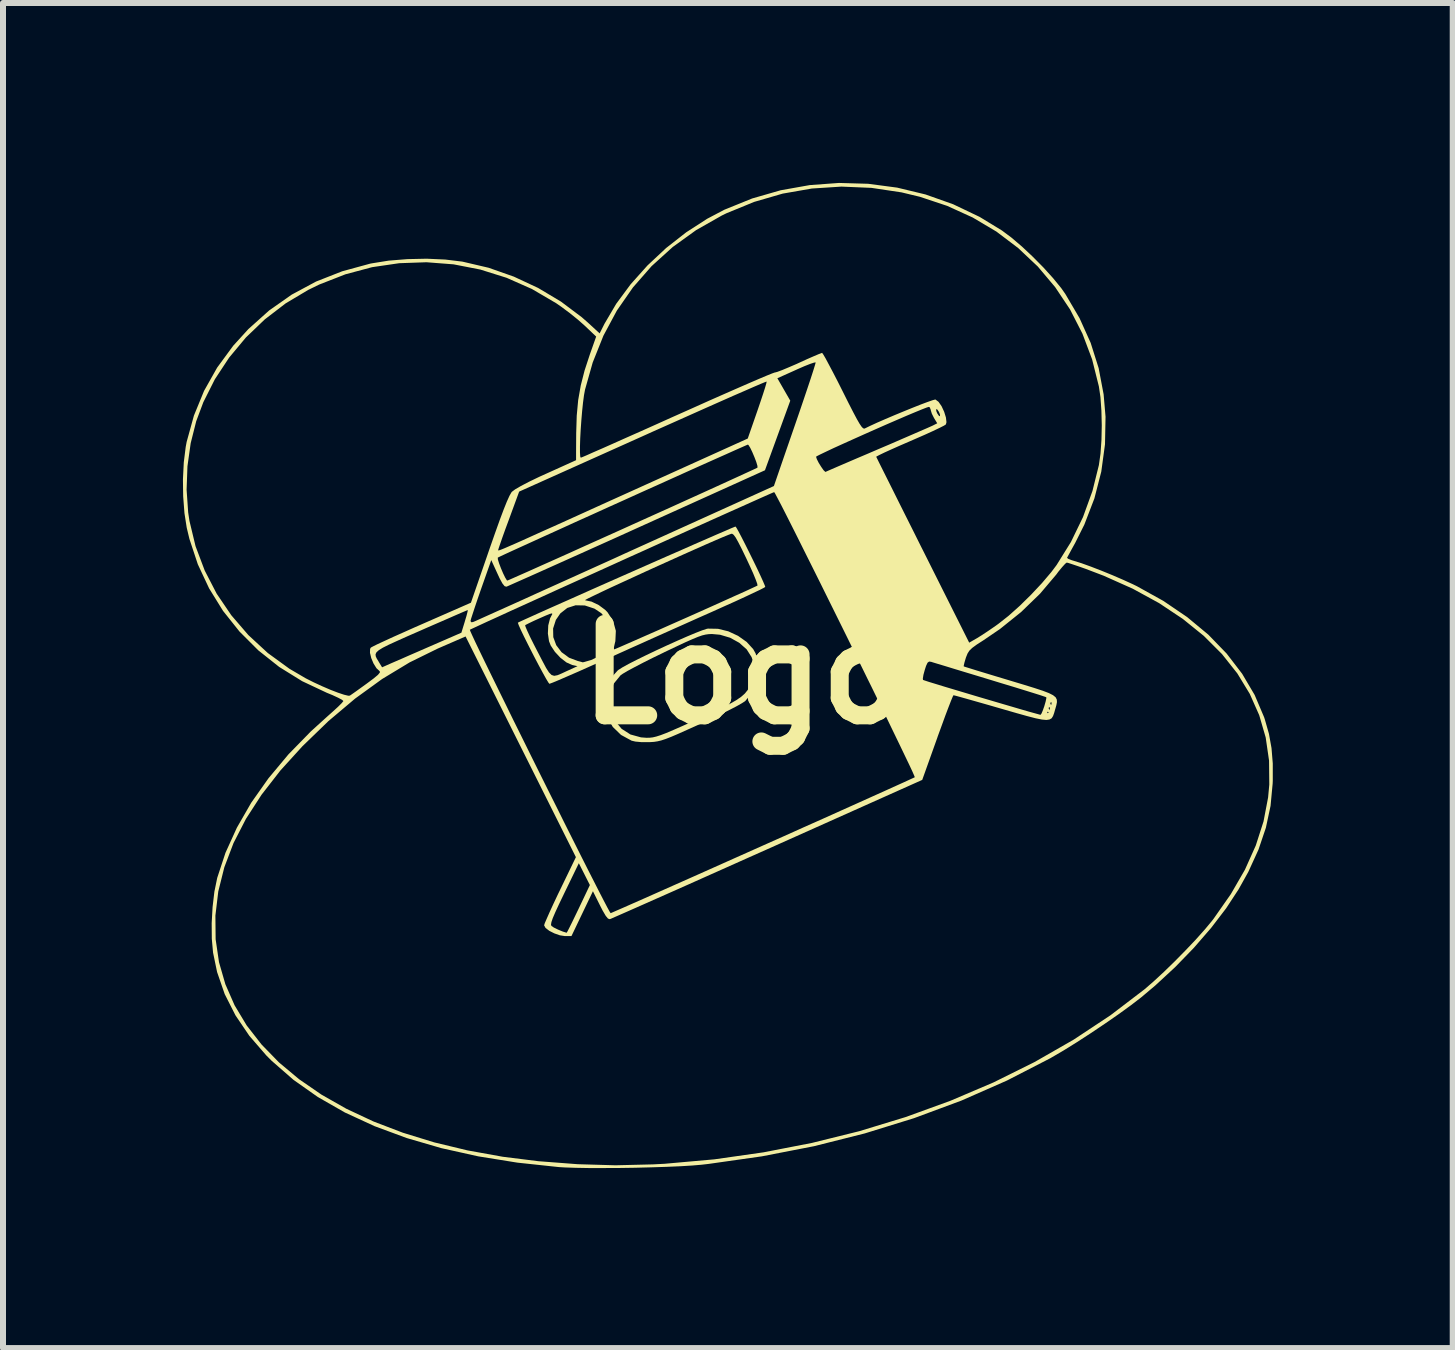
<source format=kicad_pcb>
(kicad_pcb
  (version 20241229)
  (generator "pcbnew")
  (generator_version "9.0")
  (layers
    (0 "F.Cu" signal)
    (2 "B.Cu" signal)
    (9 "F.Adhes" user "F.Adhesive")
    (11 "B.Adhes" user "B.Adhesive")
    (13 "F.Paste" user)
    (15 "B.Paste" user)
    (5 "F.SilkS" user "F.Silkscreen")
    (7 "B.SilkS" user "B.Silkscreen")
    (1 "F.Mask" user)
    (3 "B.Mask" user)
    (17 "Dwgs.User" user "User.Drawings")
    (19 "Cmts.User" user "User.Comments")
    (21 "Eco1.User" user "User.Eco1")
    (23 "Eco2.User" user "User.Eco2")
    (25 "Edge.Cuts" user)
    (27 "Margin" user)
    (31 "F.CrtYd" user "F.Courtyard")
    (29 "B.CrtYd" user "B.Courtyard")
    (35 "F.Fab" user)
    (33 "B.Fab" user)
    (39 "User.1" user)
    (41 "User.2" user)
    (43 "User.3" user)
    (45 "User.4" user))
  (footprint "Logo"
    (layer "F.Cu")
    (at 9.353 8.186)
    (property "Reference" "Logo" (at 0 0 0) (layer "F.SilkS") (effects (font (size 1.524 1.524) (thickness 0.3))))
    (attr board_only exclude_from_pos_files exclude_from_bom)
    (fp_poly (pts (xy -0.433 -0.753) (xy -0.261 -0.711) (xy -0.098 -0.635) (xy 0.045 -0.534) (xy 0.154 -0.414) (xy 0.194 -0.343) (xy 0.24 -0.182) (xy 0.242 -0.008) (xy 0.205 0.165) (xy 0.131 0.322) (xy 0.024 0.448) (xy 0.015 0.456) (xy -0.038 0.49) (xy -0.132 0.543) (xy -0.26 0.609) (xy -0.415 0.685) (xy -0.587 0.767) (xy -0.733 0.835) (xy -0.931 0.924) (xy -1.087 0.994) (xy -1.208 1.046) (xy -1.303 1.083) (xy -1.378 1.108) (xy -1.441 1.123) (xy -1.5 1.132) (xy -1.562 1.136) (xy -1.584 1.137) (xy -1.706 1.137) (xy -1.811 1.127) (xy -1.874 1.112) (xy -2.05 1.016) (xy -2.187 0.883) (xy -2.283 0.716) (xy -2.321 0.588) (xy -2.328 0.489) (xy -2.25 0.489) (xy -2.229 0.609) (xy -2.153 0.78) (xy -2.039 0.915) (xy -1.892 1.009) (xy -1.717 1.057) (xy -1.625 1.064) (xy -1.572 1.063) (xy -1.52 1.057) (xy -1.461 1.043) (xy -1.389 1.02) (xy -1.297 0.985) (xy -1.177 0.934) (xy -1.022 0.866) (xy -0.826 0.778) (xy -0.792 0.763) (xy -0.565 0.66) (xy -0.383 0.574) (xy -0.24 0.501) (xy -0.13 0.438) (xy -0.047 0.381) (xy 0.015 0.326) (xy 0.061 0.269) (xy 0.098 0.206) (xy 0.112 0.178) (xy 0.151 0.045) (xy 0.161 -0.103) (xy 0.141 -0.24) (xy 0.127 -0.281) (xy 0.045 -0.41) (xy -0.079 -0.52) (xy -0.231 -0.604) (xy -0.399 -0.654) (xy -0.533 -0.666) (xy -0.586 -0.664) (xy -0.638 -0.657) (xy -0.697 -0.643) (xy -0.768 -0.618) (xy -0.86 -0.58) (xy -0.98 -0.527) (xy -1.133 -0.455) (xy -1.329 -0.362) (xy -1.338 -0.357) (xy -1.516 -0.271) (xy -1.681 -0.188) (xy -1.825 -0.113) (xy -1.942 -0.05) (xy -2.023 -0.002) (xy -2.058 0.023) (xy -2.172 0.163) (xy -2.237 0.321) (xy -2.25 0.489) (xy -2.328 0.489) (xy -2.334 0.406) (xy -2.3 0.231) (xy -2.223 0.073) (xy -2.108 -0.055) (xy -2.092 -0.068) (xy -2.028 -0.109) (xy -1.925 -0.166) (xy -1.79 -0.235) (xy -1.633 -0.312) (xy -1.463 -0.393) (xy -1.286 -0.475) (xy -1.113 -0.553) (xy -0.951 -0.624) (xy -0.808 -0.684) (xy -0.695 -0.728) (xy -0.618 -0.753) (xy -0.599 -0.756)) (stroke (width 0) (type solid)) (fill yes) (layer "F.SilkS"))
    (fp_poly (pts (xy -0.124 -2.435) (xy -0.088 -2.371) (xy -0.038 -2.276) (xy 0.022 -2.158) (xy 0.088 -2.026) (xy 0.155 -1.89) (xy 0.219 -1.758) (xy 0.275 -1.639) (xy 0.319 -1.542) (xy 0.347 -1.476) (xy 0.355 -1.451) (xy 0.331 -1.436) (xy 0.263 -1.401) (xy 0.155 -1.35) (xy 0.015 -1.284) (xy -0.152 -1.207) (xy -0.342 -1.122) (xy -0.526 -1.039) (xy -0.763 -0.934) (xy -1.013 -0.822) (xy -1.264 -0.71) (xy -1.504 -0.603) (xy -1.721 -0.505) (xy -1.905 -0.423) (xy -1.966 -0.395) (xy -2.267 -0.26) (xy -2.532 -0.142) (xy -2.758 -0.041) (xy -2.944 0.04) (xy -3.087 0.102) (xy -3.186 0.143) (xy -3.237 0.162) (xy -3.244 0.164) (xy -3.262 0.141) (xy -3.301 0.076) (xy -3.356 -0.023) (xy -3.424 -0.149) (xy -3.501 -0.296) (xy -3.523 -0.339) (xy -3.6 -0.49) (xy -3.667 -0.624) (xy -3.72 -0.734) (xy -3.755 -0.813) (xy -3.648 -0.813) (xy -3.641 -0.785) (xy -3.612 -0.717) (xy -3.565 -0.616) (xy -3.503 -0.492) (xy -3.44 -0.37) (xy -3.359 -0.214) (xy -3.299 -0.101) (xy -3.251 -0.026) (xy -3.208 0.017) (xy -3.164 0.031) (xy -3.11 0.021) (xy -3.04 -0.008) (xy -2.946 -0.052) (xy -2.943 -0.053) (xy -2.775 -0.13) (xy -2.865 -0.15) (xy -2.959 -0.192) (xy -3.06 -0.27) (xy -3.152 -0.369) (xy -3.222 -0.475) (xy -3.25 -0.546) (xy -3.269 -0.675) (xy -3.265 -0.758) (xy -3.182 -0.758) (xy -3.179 -0.614) (xy -3.13 -0.48) (xy -3.041 -0.363) (xy -2.916 -0.271) (xy -2.772 -0.217) (xy -2.715 -0.202) (xy -2.688 -0.194) (xy -2.688 -0.194) (xy -2.664 -0.199) (xy -2.602 -0.217) (xy -2.547 -0.233) (xy -2.411 -0.297) (xy -2.311 -0.394) (xy -2.248 -0.512) (xy -2.223 -0.643) (xy -2.235 -0.777) (xy -2.287 -0.903) (xy -2.378 -1.013) (xy -2.492 -1.089) (xy -2.653 -1.142) (xy -2.807 -1.145) (xy -2.945 -1.101) (xy -3.061 -1.01) (xy -3.136 -0.901) (xy -3.182 -0.758) (xy -3.265 -0.758) (xy -3.263 -0.809) (xy -3.233 -0.926) (xy -3.209 -0.973) (xy -3.195 -1) (xy -3.201 -1.01) (xy -3.235 -1.002) (xy -3.306 -0.973) (xy -3.401 -0.931) (xy -3.504 -0.885) (xy -3.587 -0.845) (xy -3.638 -0.819) (xy -3.648 -0.813) (xy -3.755 -0.813) (xy -3.755 -0.813) (xy -3.769 -0.852) (xy -3.769 -0.855) (xy -3.742 -0.869) (xy -3.67 -0.902) (xy -3.557 -0.953) (xy -3.409 -1.02) (xy -3.23 -1.1) (xy -3.025 -1.191) (xy -2.939 -1.229) (xy -2.649 -1.229) (xy -2.541 -1.206) (xy -2.422 -1.149) (xy -2.314 -1.069) (xy -2.275 -1.029) (xy -2.181 -0.883) (xy -2.136 -0.719) (xy -2.144 -0.547) (xy -2.156 -0.498) (xy -2.169 -0.439) (xy -2.167 -0.41) (xy -2.165 -0.41) (xy -2.138 -0.42) (xy -2.065 -0.451) (xy -1.953 -0.5) (xy -1.805 -0.565) (xy -1.628 -0.643) (xy -1.425 -0.732) (xy -1.203 -0.831) (xy -0.972 -0.933) (xy -0.734 -1.039) (xy -0.511 -1.139) (xy -0.309 -1.23) (xy -0.132 -1.31) (xy 0.016 -1.376) (xy 0.128 -1.428) (xy 0.199 -1.461) (xy 0.226 -1.474) (xy 0.221 -1.504) (xy 0.196 -1.573) (xy 0.154 -1.676) (xy 0.097 -1.802) (xy 0.041 -1.922) (xy -0.036 -2.082) (xy -0.095 -2.197) (xy -0.138 -2.274) (xy -0.171 -2.319) (xy -0.196 -2.337) (xy -0.212 -2.337) (xy -0.267 -2.316) (xy -0.362 -2.277) (xy -0.49 -2.222) (xy -0.646 -2.154) (xy -0.824 -2.075) (xy -1.019 -1.988) (xy -1.225 -1.895) (xy -1.436 -1.8) (xy -1.647 -1.704) (xy -1.851 -1.61) (xy -2.045 -1.521) (xy -2.221 -1.44) (xy -2.374 -1.368) (xy -2.499 -1.308) (xy -2.59 -1.264) (xy -2.641 -1.237) (xy -2.649 -1.229) (xy -2.939 -1.229) (xy -2.8 -1.291) (xy -2.558 -1.399) (xy -2.305 -1.511) (xy -2.045 -1.626) (xy -1.784 -1.741) (xy -1.526 -1.855) (xy -1.276 -1.965) (xy -1.038 -2.069) (xy -0.819 -2.166) (xy -0.621 -2.252) (xy -0.452 -2.326) (xy -0.314 -2.385) (xy -0.213 -2.429) (xy -0.154 -2.453) (xy -0.141 -2.458)) (stroke (width 0) (type solid)) (fill yes) (layer "F.SilkS"))
    (fp_poly (pts (xy 2.071 -8.172) (xy 2.554 -8.108) (xy 3.027 -7.994) (xy 3.487 -7.831) (xy 3.929 -7.62) (xy 4.301 -7.393) (xy 4.459 -7.275) (xy 4.635 -7.125) (xy 4.816 -6.955) (xy 4.993 -6.776) (xy 5.154 -6.598) (xy 5.289 -6.433) (xy 5.357 -6.336) (xy 5.595 -5.931) (xy 5.78 -5.52) (xy 5.913 -5.099) (xy 5.996 -4.662) (xy 6.028 -4.288) (xy 6.019 -3.829) (xy 5.957 -3.373) (xy 5.842 -2.926) (xy 5.675 -2.491) (xy 5.522 -2.185) (xy 5.466 -2.084) (xy 5.421 -2.001) (xy 5.393 -1.949) (xy 5.386 -1.936) (xy 5.405 -1.92) (xy 5.463 -1.897) (xy 5.509 -1.883) (xy 5.628 -1.846) (xy 5.783 -1.79) (xy 5.959 -1.722) (xy 6.143 -1.647) (xy 6.321 -1.57) (xy 6.479 -1.498) (xy 6.551 -1.463) (xy 6.992 -1.218) (xy 7.389 -0.948) (xy 7.742 -0.655) (xy 8.047 -0.34) (xy 8.305 -0.004) (xy 8.514 0.35) (xy 8.672 0.722) (xy 8.684 0.759) (xy 8.752 0.997) (xy 8.795 1.236) (xy 8.816 1.492) (xy 8.816 1.78) (xy 8.814 1.827) (xy 8.779 2.199) (xy 8.701 2.564) (xy 8.578 2.928) (xy 8.408 3.3) (xy 8.247 3.589) (xy 8.039 3.906) (xy 7.788 4.234) (xy 7.502 4.564) (xy 7.19 4.886) (xy 6.859 5.192) (xy 6.623 5.391) (xy 6.454 5.521) (xy 6.249 5.67) (xy 6.021 5.828) (xy 5.783 5.988) (xy 5.547 6.141) (xy 5.325 6.279) (xy 5.13 6.393) (xy 5.108 6.406) (xy 4.385 6.778) (xy 3.626 7.112) (xy 2.834 7.406) (xy 2.013 7.66) (xy 1.167 7.873) (xy 0.298 8.042) (xy -0.588 8.168) (xy -0.71 8.182) (xy -0.864 8.195) (xy -1.061 8.207) (xy -1.291 8.217) (xy -1.544 8.225) (xy -1.811 8.232) (xy -2.08 8.236) (xy -2.342 8.237) (xy -2.587 8.237) (xy -2.805 8.233) (xy -2.986 8.227) (xy -3.086 8.221) (xy -3.777 8.147) (xy -4.43 8.042) (xy -5.046 7.905) (xy -5.622 7.737) (xy -6.158 7.539) (xy -6.653 7.311) (xy -7.104 7.053) (xy -7.511 6.766) (xy -7.873 6.45) (xy -7.963 6.36) (xy -8.246 6.033) (xy -8.477 5.692) (xy -8.657 5.337) (xy -8.784 4.969) (xy -8.851 4.646) (xy -8.872 4.415) (xy -8.874 4.155) (xy -8.867 4.028) (xy -8.812 4.028) (xy -8.808 4.423) (xy -8.752 4.805) (xy -8.646 5.172) (xy -8.492 5.524) (xy -8.29 5.86) (xy -8.042 6.178) (xy -7.751 6.477) (xy -7.417 6.756) (xy -7.042 7.014) (xy -6.628 7.249) (xy -6.176 7.461) (xy -5.687 7.648) (xy -5.164 7.809) (xy -4.608 7.943) (xy -4.02 8.049) (xy -3.427 8.123) (xy -2.772 8.173) (xy -2.142 8.191) (xy -1.517 8.176) (xy -1.325 8.166) (xy -0.494 8.092) (xy 0.326 7.975) (xy 1.134 7.818) (xy 1.925 7.622) (xy 2.695 7.387) (xy 3.441 7.116) (xy 4.159 6.81) (xy 4.846 6.469) (xy 5.497 6.096) (xy 6.109 5.691) (xy 6.678 5.257) (xy 6.678 5.257) (xy 6.829 5.126) (xy 7 4.968) (xy 7.18 4.793) (xy 7.36 4.61) (xy 7.531 4.43) (xy 7.681 4.262) (xy 7.802 4.117) (xy 7.828 4.083) (xy 8.117 3.67) (xy 8.352 3.263) (xy 8.533 2.859) (xy 8.662 2.458) (xy 8.738 2.059) (xy 8.758 1.844) (xy 8.754 1.445) (xy 8.698 1.059) (xy 8.59 0.687) (xy 8.432 0.331) (xy 8.225 -0.009) (xy 7.969 -0.332) (xy 7.666 -0.635) (xy 7.316 -0.918) (xy 6.921 -1.181) (xy 6.482 -1.421) (xy 5.999 -1.637) (xy 5.7 -1.751) (xy 5.581 -1.793) (xy 5.48 -1.827) (xy 5.41 -1.85) (xy 5.381 -1.857) (xy 5.355 -1.837) (xy 5.305 -1.782) (xy 5.24 -1.703) (xy 5.207 -1.658) (xy 4.936 -1.338) (xy 4.621 -1.033) (xy 4.269 -0.75) (xy 3.993 -0.562) (xy 3.881 -0.49) (xy 3.806 -0.435) (xy 3.759 -0.39) (xy 3.728 -0.342) (xy 3.704 -0.283) (xy 3.699 -0.269) (xy 3.676 -0.191) (xy 3.664 -0.139) (xy 3.664 -0.126) (xy 3.691 -0.117) (xy 3.765 -0.094) (xy 3.877 -0.059) (xy 4.022 -0.015) (xy 4.193 0.037) (xy 4.383 0.094) (xy 4.432 0.109) (xy 4.661 0.178) (xy 4.842 0.234) (xy 4.982 0.28) (xy 5.084 0.319) (xy 5.153 0.354) (xy 5.196 0.389) (xy 5.215 0.426) (xy 5.218 0.469) (xy 5.208 0.521) (xy 5.19 0.585) (xy 5.189 0.587) (xy 5.171 0.651) (xy 5.153 0.701) (xy 5.13 0.738) (xy 5.094 0.759) (xy 5.042 0.767) (xy 4.967 0.76) (xy 4.863 0.739) (xy 4.724 0.703) (xy 4.545 0.653) (xy 4.32 0.588) (xy 4.282 0.577) (xy 4.085 0.52) (xy 3.906 0.469) (xy 3.751 0.425) (xy 3.627 0.39) (xy 3.54 0.366) (xy 3.496 0.355) (xy 3.493 0.354) (xy 3.48 0.379) (xy 3.451 0.449) (xy 3.409 0.557) (xy 3.356 0.697) (xy 3.296 0.862) (xy 3.229 1.045) (xy 3.224 1.061) (xy 2.972 1.766) (xy 0.389 2.922) (xy 0.034 3.08) (xy -0.308 3.233) (xy -0.633 3.378) (xy -0.937 3.514) (xy -1.218 3.639) (xy -1.471 3.751) (xy -1.694 3.85) (xy -1.884 3.934) (xy -2.036 4.001) (xy -2.148 4.05) (xy -2.216 4.08) (xy -2.237 4.088) (xy -2.267 4.078) (xy -2.305 4.032) (xy -2.357 3.943) (xy -2.399 3.861) (xy -2.518 3.622) (xy -2.697 3.996) (xy -2.876 4.37) (xy -2.986 4.37) (xy -3.069 4.357) (xy -3.161 4.325) (xy -3.246 4.282) (xy -3.308 4.234) (xy -3.332 4.191) (xy -3.332 4.191) (xy -3.328 4.178) (xy -3.217 4.178) (xy -3.21 4.2) (xy -3.21 4.201) (xy -3.169 4.228) (xy -3.099 4.262) (xy -3.022 4.294) (xy -2.961 4.313) (xy -2.956 4.314) (xy -2.942 4.291) (xy -2.909 4.227) (xy -2.861 4.13) (xy -2.802 4.008) (xy -2.758 3.917) (xy -2.569 3.519) (xy -2.661 3.337) (xy -2.753 3.155) (xy -2.998 3.66) (xy -3.083 3.837) (xy -3.145 3.971) (xy -3.187 4.069) (xy -3.21 4.136) (xy -3.217 4.178) (xy -3.328 4.178) (xy -3.321 4.155) (xy -3.288 4.079) (xy -3.239 3.968) (xy -3.176 3.831) (xy -3.103 3.676) (xy -3.067 3.602) (xy -2.802 3.054) (xy -3.722 1.214) (xy -4.641 -0.625) (xy -5.106 -0.423) (xy -5.574 -0.193) (xy -6.032 0.084) (xy -6.482 0.41) (xy -6.928 0.786) (xy -7.361 1.205) (xy -7.729 1.61) (xy -8.043 2.014) (xy -8.303 2.416) (xy -8.51 2.819) (xy -8.663 3.222) (xy -8.764 3.626) (xy -8.812 4.028) (xy -8.867 4.028) (xy -8.859 3.886) (xy -8.829 3.63) (xy -8.783 3.406) (xy -8.782 3.4) (xy -8.644 2.981) (xy -8.454 2.563) (xy -8.215 2.147) (xy -7.927 1.739) (xy -7.594 1.34) (xy -7.218 0.955) (xy -6.951 0.713) (xy -6.85 0.623) (xy -6.765 0.545) (xy -6.706 0.486) (xy -6.679 0.453) (xy -6.678 0.451) (xy -6.702 0.43) (xy -6.766 0.396) (xy -6.861 0.352) (xy -6.954 0.314) (xy -7.366 0.12) (xy -7.748 -0.117) (xy -8.097 -0.394) (xy -8.41 -0.707) (xy -8.685 -1.052) (xy -8.917 -1.427) (xy -9.105 -1.828) (xy -9.245 -2.251) (xy -9.29 -2.438) (xy -9.328 -2.682) (xy -9.349 -2.958) (xy -9.351 -3.072) (xy -9.292 -3.072) (xy -9.266 -2.694) (xy -9.245 -2.554) (xy -9.143 -2.13) (xy -8.99 -1.724) (xy -8.791 -1.339) (xy -8.547 -0.979) (xy -8.262 -0.648) (xy -7.938 -0.349) (xy -7.578 -0.087) (xy -7.305 0.073) (xy -7.172 0.14) (xy -7.031 0.205) (xy -6.894 0.264) (xy -6.769 0.312) (xy -6.667 0.346) (xy -6.596 0.363) (xy -6.57 0.361) (xy -6.538 0.339) (xy -6.471 0.292) (xy -6.381 0.227) (xy -6.288 0.16) (xy -6.174 0.075) (xy -6.102 0.015) (xy -6.07 -0.024) (xy -6.072 -0.045) (xy -6.073 -0.046) (xy -6.127 -0.096) (xy -6.176 -0.175) (xy -6.214 -0.265) (xy -6.229 -0.329) (xy -6.142 -0.329) (xy -6.139 -0.295) (xy -6.122 -0.257) (xy -6.094 -0.212) (xy -6.087 -0.199) (xy -6.033 -0.111) (xy -5.891 -0.174) (xy -5.822 -0.204) (xy -5.713 -0.251) (xy -5.575 -0.312) (xy -5.418 -0.38) (xy -5.251 -0.453) (xy -5.23 -0.462) (xy -4.711 -0.688) (xy -4.696 -0.737) (xy -4.57 -0.737) (xy -4.561 -0.711) (xy -4.529 -0.64) (xy -4.477 -0.528) (xy -4.406 -0.38) (xy -4.319 -0.2) (xy -4.217 0.009) (xy -4.103 0.242) (xy -3.978 0.496) (xy -3.846 0.766) (xy -3.706 1.048) (xy -3.563 1.338) (xy -3.417 1.632) (xy -3.271 1.926) (xy -3.126 2.215) (xy -2.986 2.497) (xy -2.851 2.766) (xy -2.724 3.019) (xy -2.607 3.251) (xy -2.501 3.459) (xy -2.41 3.638) (xy -2.334 3.785) (xy -2.277 3.894) (xy -2.239 3.963) (xy -2.223 3.988) (xy -2.223 3.988) (xy -2.197 3.977) (xy -2.124 3.945) (xy -2.007 3.894) (xy -1.851 3.825) (xy -1.658 3.74) (xy -1.433 3.64) (xy -1.177 3.526) (xy -0.895 3.401) (xy -0.59 3.265) (xy -0.266 3.12) (xy 0.075 2.968) (xy 0.31 2.863) (xy 0.66 2.707) (xy 0.996 2.556) (xy 1.315 2.414) (xy 1.613 2.28) (xy 1.887 2.157) (xy 2.133 2.046) (xy 2.349 1.949) (xy 2.53 1.867) (xy 2.674 1.802) (xy 2.776 1.755) (xy 2.835 1.728) (xy 2.848 1.721) (xy 2.838 1.695) (xy 2.807 1.624) (xy 2.755 1.513) (xy 2.684 1.365) (xy 2.597 1.184) (xy 2.496 0.975) (xy 2.383 0.741) (xy 2.259 0.487) (xy 2.127 0.216) (xy 2.058 0.077) (xy 2.982 0.077) (xy 2.985 0.099) (xy 3.013 0.109) (xy 3.086 0.133) (xy 3.198 0.167) (xy 3.341 0.211) (xy 3.508 0.261) (xy 3.692 0.316) (xy 3.885 0.374) (xy 4.082 0.432) (xy 4.275 0.489) (xy 4.456 0.542) (xy 4.619 0.59) (xy 4.757 0.63) (xy 4.862 0.659) (xy 4.927 0.677) (xy 4.945 0.681) (xy 4.961 0.658) (xy 4.968 0.642) (xy 5.053 0.642) (xy 5.066 0.655) (xy 5.08 0.642) (xy 5.066 0.628) (xy 5.053 0.642) (xy 4.968 0.642) (xy 4.986 0.598) (xy 4.994 0.574) (xy 5.08 0.574) (xy 5.09 0.596) (xy 5.098 0.592) (xy 5.101 0.559) (xy 5.098 0.555) (xy 5.082 0.559) (xy 5.08 0.574) (xy 4.994 0.574) (xy 5.006 0.541) (xy 5.02 0.492) (xy 5.107 0.492) (xy 5.117 0.514) (xy 5.126 0.51) (xy 5.129 0.477) (xy 5.126 0.473) (xy 5.109 0.477) (xy 5.107 0.492) (xy 5.02 0.492) (xy 5.029 0.461) (xy 5.041 0.404) (xy 5.04 0.388) (xy 5.012 0.378) (xy 4.938 0.353) (xy 4.823 0.317) (xy 4.675 0.271) (xy 4.497 0.216) (xy 4.298 0.156) (xy 4.105 0.097) (xy 3.888 0.031) (xy 3.686 -0.03) (xy 3.505 -0.085) (xy 3.352 -0.132) (xy 3.232 -0.168) (xy 3.153 -0.192) (xy 3.122 -0.202) (xy 3.087 -0.207) (xy 3.061 -0.188) (xy 3.036 -0.135) (xy 3.015 -0.07) (xy 2.992 0.014) (xy 2.982 0.077) (xy 2.058 0.077) (xy 1.988 -0.066) (xy 1.845 -0.357) (xy 1.7 -0.652) (xy 1.554 -0.947) (xy 1.41 -1.238) (xy 1.27 -1.521) (xy 1.135 -1.792) (xy 1.008 -2.046) (xy 0.891 -2.281) (xy 0.786 -2.49) (xy 0.694 -2.672) (xy 0.618 -2.821) (xy 0.559 -2.933) (xy 0.521 -3.005) (xy 0.504 -3.032) (xy 0.504 -3.032) (xy 0.477 -3.021) (xy 0.404 -2.989) (xy 0.289 -2.938) (xy 0.137 -2.87) (xy -0.048 -2.787) (xy -0.263 -2.691) (xy -0.504 -2.583) (xy -0.766 -2.465) (xy -1.045 -2.339) (xy -1.337 -2.207) (xy -1.639 -2.07) (xy -1.946 -1.932) (xy -2.254 -1.792) (xy -2.559 -1.654) (xy -2.857 -1.519) (xy -3.145 -1.389) (xy -3.417 -1.265) (xy -3.67 -1.15) (xy -3.9 -1.046) (xy -4.102 -0.953) (xy -4.274 -0.875) (xy -4.41 -0.812) (xy -4.507 -0.767) (xy -4.56 -0.742) (xy -4.57 -0.737) (xy -4.696 -0.737) (xy -4.653 -0.877) (xy -4.652 -0.882) (xy -4.56 -0.882) (xy -4.542 -0.861) (xy -4.514 -0.867) (xy -4.482 -0.88) (xy -4.405 -0.915) (xy -4.285 -0.969) (xy -4.125 -1.041) (xy -3.929 -1.129) (xy -3.7 -1.232) (xy -3.443 -1.349) (xy -3.159 -1.477) (xy -2.853 -1.615) (xy -2.528 -1.762) (xy -2.187 -1.916) (xy -1.984 -2.009) (xy 0.499 -3.133) (xy 0.667 -3.621) (xy 1.202 -3.621) (xy 1.215 -3.581) (xy 1.246 -3.52) (xy 1.287 -3.454) (xy 1.326 -3.398) (xy 1.355 -3.37) (xy 1.36 -3.369) (xy 1.389 -3.382) (xy 1.462 -3.414) (xy 1.573 -3.462) (xy 1.717 -3.524) (xy 1.887 -3.597) (xy 2.078 -3.678) (xy 2.226 -3.742) (xy 2.431 -3.829) (xy 2.622 -3.912) (xy 2.793 -3.986) (xy 2.938 -4.049) (xy 3.051 -4.098) (xy 3.123 -4.13) (xy 3.147 -4.141) (xy 3.222 -4.179) (xy 3.168 -4.268) (xy 3.132 -4.339) (xy 3.114 -4.398) (xy 3.114 -4.404) (xy 3.109 -4.416) (xy 3.205 -4.416) (xy 3.206 -4.384) (xy 3.223 -4.343) (xy 3.251 -4.303) (xy 3.268 -4.297) (xy 3.267 -4.328) (xy 3.25 -4.37) (xy 3.222 -4.41) (xy 3.205 -4.416) (xy 3.109 -4.416) (xy 3.098 -4.445) (xy 3.079 -4.452) (xy 3.044 -4.441) (xy 2.967 -4.411) (xy 2.855 -4.365) (xy 2.714 -4.306) (xy 2.552 -4.236) (xy 2.374 -4.159) (xy 2.188 -4.077) (xy 2.001 -3.994) (xy 1.818 -3.912) (xy 1.647 -3.835) (xy 1.495 -3.766) (xy 1.368 -3.706) (xy 1.272 -3.66) (xy 1.215 -3.631) (xy 1.202 -3.621) (xy 0.667 -3.621) (xy 0.851 -4.153) (xy 0.928 -4.377) (xy 0.999 -4.586) (xy 1.062 -4.773) (xy 1.115 -4.932) (xy 1.156 -5.059) (xy 1.183 -5.147) (xy 1.195 -5.19) (xy 1.195 -5.194) (xy 1.169 -5.191) (xy 1.103 -5.169) (xy 1.007 -5.131) (xy 0.89 -5.08) (xy 0.873 -5.072) (xy 0.557 -4.93) (xy 0.772 -4.556) (xy 0.561 -3.976) (xy 0.35 -3.396) (xy -1.784 -2.431) (xy -2.106 -2.285) (xy -2.415 -2.146) (xy -2.706 -2.015) (xy -2.976 -1.894) (xy -3.221 -1.784) (xy -3.437 -1.687) (xy -3.621 -1.605) (xy -3.77 -1.539) (xy -3.878 -1.491) (xy -3.943 -1.462) (xy -3.962 -1.455) (xy -3.991 -1.464) (xy -4.027 -1.509) (xy -4.074 -1.595) (xy -4.109 -1.671) (xy -4.213 -1.898) (xy -4.386 -1.407) (xy -4.44 -1.251) (xy -4.487 -1.112) (xy -4.524 -0.999) (xy -4.55 -0.919) (xy -4.559 -0.882) (xy -4.56 -0.882) (xy -4.652 -0.882) (xy -4.626 -0.968) (xy -4.609 -1.035) (xy -4.604 -1.065) (xy -4.605 -1.065) (xy -4.631 -1.055) (xy -4.702 -1.025) (xy -4.81 -0.978) (xy -4.949 -0.917) (xy -5.115 -0.845) (xy -5.299 -0.765) (xy -5.387 -0.726) (xy -5.609 -0.629) (xy -5.785 -0.55) (xy -5.921 -0.488) (xy -6.02 -0.438) (xy -6.087 -0.397) (xy -6.127 -0.361) (xy -6.142 -0.329) (xy -6.229 -0.329) (xy -6.235 -0.351) (xy -6.233 -0.418) (xy -6.22 -0.44) (xy -6.187 -0.458) (xy -6.111 -0.496) (xy -5.996 -0.549) (xy -5.851 -0.616) (xy -5.68 -0.692) (xy -5.49 -0.777) (xy -5.369 -0.83) (xy -4.552 -1.188) (xy -4.292 -1.94) (xy -4.104 -1.94) (xy -4.103 -1.91) (xy -4.083 -1.846) (xy -4.052 -1.764) (xy -4.016 -1.679) (xy -3.981 -1.607) (xy -3.954 -1.563) (xy -3.944 -1.557) (xy -3.918 -1.568) (xy -3.845 -1.6) (xy -3.73 -1.651) (xy -3.576 -1.719) (xy -3.387 -1.804) (xy -3.167 -1.902) (xy -2.919 -2.013) (xy -2.648 -2.136) (xy -2.356 -2.267) (xy -2.047 -2.406) (xy -1.862 -2.49) (xy -1.545 -2.633) (xy -1.243 -2.769) (xy -0.959 -2.898) (xy -0.696 -3.017) (xy -0.459 -3.125) (xy -0.251 -3.22) (xy -0.076 -3.3) (xy 0.063 -3.364) (xy 0.161 -3.409) (xy 0.216 -3.435) (xy 0.226 -3.441) (xy 0.224 -3.471) (xy 0.205 -3.535) (xy 0.174 -3.616) (xy 0.138 -3.701) (xy 0.103 -3.773) (xy 0.075 -3.817) (xy 0.066 -3.824) (xy 0.039 -3.813) (xy -0.034 -3.781) (xy -0.147 -3.731) (xy -0.296 -3.664) (xy -0.478 -3.583) (xy -0.686 -3.49) (xy -0.918 -3.386) (xy -1.168 -3.273) (xy -1.432 -3.154) (xy -1.706 -3.031) (xy -1.984 -2.905) (xy -2.264 -2.779) (xy -2.539 -2.654) (xy -2.806 -2.534) (xy -3.06 -2.418) (xy -3.296 -2.311) (xy -3.511 -2.213) (xy -3.7 -2.127) (xy -3.858 -2.055) (xy -3.98 -1.999) (xy -4.063 -1.96) (xy -4.102 -1.941) (xy -4.104 -1.94) (xy -4.292 -1.94) (xy -4.249 -2.065) (xy -4.097 -2.065) (xy -4.097 -2.061) (xy -4.094 -2.059) (xy -4.083 -2.061) (xy -4.062 -2.068) (xy -4.028 -2.081) (xy -3.978 -2.102) (xy -3.909 -2.132) (xy -3.817 -2.172) (xy -3.7 -2.224) (xy -3.554 -2.29) (xy -3.377 -2.37) (xy -3.164 -2.465) (xy -2.914 -2.578) (xy -2.623 -2.71) (xy -2.288 -2.862) (xy -1.969 -3.006) (xy 0.063 -3.925) (xy 0.226 -4.394) (xy 0.277 -4.544) (xy 0.321 -4.676) (xy 0.354 -4.78) (xy 0.374 -4.85) (xy 0.378 -4.875) (xy 0.352 -4.866) (xy 0.279 -4.836) (xy 0.165 -4.787) (xy 0.012 -4.72) (xy -0.177 -4.638) (xy -0.396 -4.541) (xy -0.644 -4.431) (xy -0.915 -4.31) (xy -1.206 -4.18) (xy -1.514 -4.043) (xy -1.691 -3.963) (xy -3.748 -3.04) (xy -3.922 -2.565) (xy -3.978 -2.414) (xy -4.026 -2.28) (xy -4.063 -2.173) (xy -4.088 -2.1) (xy -4.097 -2.07) (xy -4.097 -2.065) (xy -4.249 -2.065) (xy -4.246 -2.074) (xy -4.151 -2.345) (xy -4.072 -2.566) (xy -4.006 -2.742) (xy -3.953 -2.874) (xy -3.911 -2.967) (xy -3.879 -3.024) (xy -3.869 -3.037) (xy -3.816 -3.077) (xy -3.718 -3.134) (xy -3.582 -3.205) (xy -3.412 -3.287) (xy -3.299 -3.338) (xy -2.799 -3.564) (xy -2.799 -3.693) (xy -2.734 -3.693) (xy -2.73 -3.627) (xy -2.721 -3.605) (xy -2.693 -3.616) (xy -2.62 -3.647) (xy -2.506 -3.698) (xy -2.354 -3.764) (xy -2.17 -3.846) (xy -1.957 -3.941) (xy -1.72 -4.046) (xy -1.463 -4.161) (xy -1.19 -4.284) (xy -1.12 -4.315) (xy -0.842 -4.439) (xy -0.579 -4.557) (xy -0.334 -4.665) (xy -0.111 -4.763) (xy 0.084 -4.848) (xy 0.249 -4.919) (xy 0.377 -4.973) (xy 0.466 -5.009) (xy 0.51 -5.025) (xy 0.513 -5.025) (xy 0.555 -5.036) (xy 0.636 -5.066) (xy 0.746 -5.112) (xy 0.874 -5.167) (xy 0.922 -5.189) (xy 1.051 -5.248) (xy 1.163 -5.297) (xy 1.248 -5.333) (xy 1.296 -5.351) (xy 1.303 -5.353) (xy 1.32 -5.33) (xy 1.359 -5.264) (xy 1.414 -5.161) (xy 1.484 -5.029) (xy 1.564 -4.874) (xy 1.646 -4.711) (xy 1.744 -4.515) (xy 1.822 -4.363) (xy 1.882 -4.25) (xy 1.927 -4.172) (xy 1.961 -4.122) (xy 1.985 -4.097) (xy 2.004 -4.09) (xy 2.015 -4.093) (xy 2.101 -4.135) (xy 2.218 -4.189) (xy 2.356 -4.249) (xy 2.506 -4.313) (xy 2.661 -4.377) (xy 2.811 -4.438) (xy 2.947 -4.492) (xy 3.062 -4.535) (xy 3.145 -4.564) (xy 3.19 -4.576) (xy 3.193 -4.575) (xy 3.244 -4.537) (xy 3.295 -4.463) (xy 3.338 -4.37) (xy 3.367 -4.276) (xy 3.376 -4.197) (xy 3.366 -4.16) (xy 3.335 -4.14) (xy 3.262 -4.103) (xy 3.153 -4.051) (xy 3.017 -3.989) (xy 2.859 -3.92) (xy 2.772 -3.882) (xy 2.608 -3.811) (xy 2.464 -3.747) (xy 2.345 -3.693) (xy 2.258 -3.651) (xy 2.211 -3.626) (xy 2.205 -3.62) (xy 2.218 -3.594) (xy 2.253 -3.523) (xy 2.309 -3.411) (xy 2.383 -3.263) (xy 2.473 -3.083) (xy 2.577 -2.874) (xy 2.693 -2.642) (xy 2.819 -2.391) (xy 2.952 -2.124) (xy 2.983 -2.063) (xy 3.755 -0.522) (xy 3.887 -0.598) (xy 3.969 -0.649) (xy 4.076 -0.72) (xy 4.192 -0.8) (xy 4.242 -0.836) (xy 4.412 -0.97) (xy 4.599 -1.137) (xy 4.788 -1.323) (xy 4.968 -1.515) (xy 5.124 -1.699) (xy 5.212 -1.816) (xy 5.451 -2.2) (xy 5.652 -2.615) (xy 5.81 -3.051) (xy 5.917 -3.482) (xy 5.944 -3.674) (xy 5.96 -3.901) (xy 5.965 -4.146) (xy 5.959 -4.39) (xy 5.943 -4.616) (xy 5.917 -4.793) (xy 5.804 -5.245) (xy 5.643 -5.673) (xy 5.437 -6.076) (xy 5.188 -6.449) (xy 4.899 -6.792) (xy 4.571 -7.101) (xy 4.209 -7.375) (xy 3.813 -7.61) (xy 3.387 -7.804) (xy 2.934 -7.955) (xy 2.626 -8.029) (xy 2.125 -8.104) (xy 1.626 -8.125) (xy 1.132 -8.093) (xy 0.645 -8.008) (xy 0.17 -7.87) (xy -0.291 -7.681) (xy -0.369 -7.643) (xy -0.797 -7.4) (xy -1.188 -7.118) (xy -1.54 -6.799) (xy -1.85 -6.445) (xy -2.119 -6.058) (xy -2.343 -5.64) (xy -2.522 -5.192) (xy -2.65 -4.739) (xy -2.667 -4.647) (xy -2.683 -4.525) (xy -2.698 -4.382) (xy -2.711 -4.229) (xy -2.722 -4.074) (xy -2.73 -3.926) (xy -2.734 -3.796) (xy -2.734 -3.693) (xy -2.799 -3.693) (xy -2.797 -4.015) (xy -2.788 -4.307) (xy -2.764 -4.565) (xy -2.721 -4.81) (xy -2.657 -5.06) (xy -2.57 -5.325) (xy -2.464 -5.625) (xy -2.661 -5.812) (xy -2.77 -5.908) (xy -2.905 -6.017) (xy -3.046 -6.122) (xy -3.131 -6.181) (xy -3.535 -6.418) (xy -3.958 -6.605) (xy -4.395 -6.742) (xy -4.841 -6.829) (xy -5.293 -6.864) (xy -5.747 -6.848) (xy -6.199 -6.782) (xy -6.644 -6.663) (xy -7.079 -6.493) (xy -7.266 -6.402) (xy -7.641 -6.178) (xy -7.989 -5.911) (xy -8.304 -5.609) (xy -8.583 -5.274) (xy -8.821 -4.913) (xy -9.013 -4.531) (xy -9.132 -4.213) (xy -9.224 -3.847) (xy -9.278 -3.462) (xy -9.292 -3.072) (xy -9.351 -3.072) (xy -9.353 -3.246) (xy -9.339 -3.528) (xy -9.307 -3.785) (xy -9.291 -3.87) (xy -9.17 -4.308) (xy -9.001 -4.72) (xy -8.783 -5.107) (xy -8.516 -5.471) (xy -8.262 -5.75) (xy -7.916 -6.06) (xy -7.54 -6.324) (xy -7.134 -6.542) (xy -6.699 -6.713) (xy -6.234 -6.84) (xy -6.203 -6.846) (xy -5.922 -6.891) (xy -5.611 -6.916) (xy -5.29 -6.923) (xy -4.98 -6.909) (xy -4.699 -6.875) (xy -4.684 -6.872) (xy -4.257 -6.772) (xy -3.836 -6.624) (xy -3.431 -6.435) (xy -3.051 -6.208) (xy -2.706 -5.949) (xy -2.602 -5.858) (xy -2.406 -5.678) (xy -2.325 -5.839) (xy -2.13 -6.171) (xy -1.889 -6.497) (xy -1.609 -6.81) (xy -1.298 -7.101) (xy -0.963 -7.363) (xy -0.613 -7.589) (xy -0.328 -7.739) (xy 0.136 -7.927) (xy 0.612 -8.064) (xy 1.096 -8.15) (xy 1.584 -8.186)) (stroke (width 0) (type solid)) (fill yes) (layer "F.SilkS")))
  (gr_rect
    (start -3 -3)
    (end 21.169 19.424)
    (stroke (width 0.1) (type default))
    (fill no)
    (layer "Edge.Cuts")))
</source>
